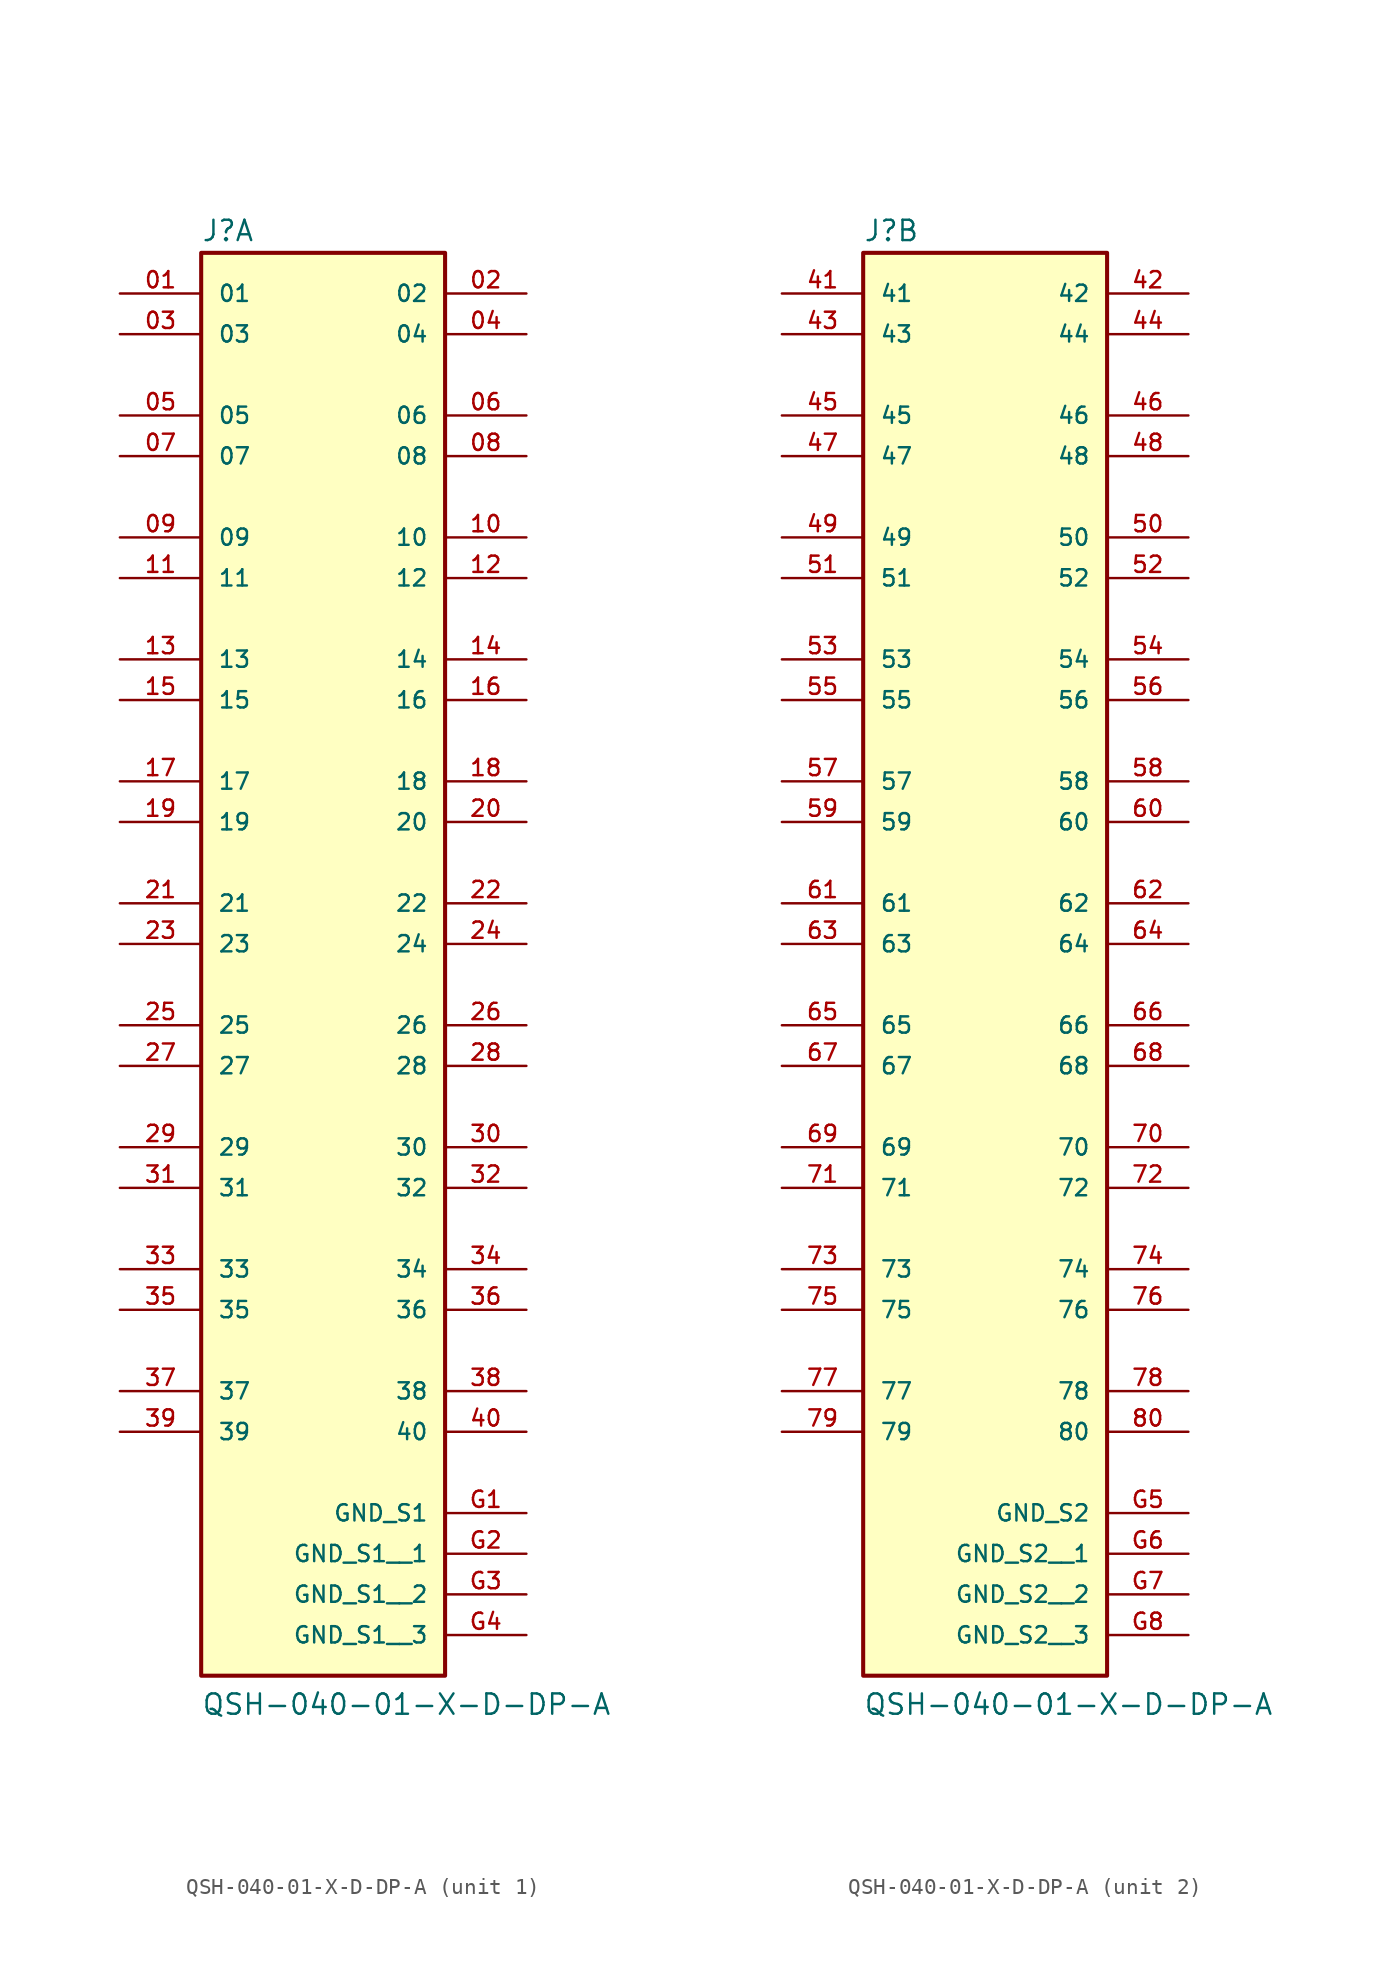
<source format=kicad_sym>
(kicad_symbol_lib
  (version 20211014)
  (generator kicad_symbol_editor)
  (symbol "QSH-040-01-X-D-DP-A"
    (pin_names
      (offset 1.016))
    (property "Reference" "J"
      (at -7.62 41.275 0)
      (effects (font (size 1.27 1.27)) (justify bottom left)))
    (property "Value" "QSH-040-01-X-D-DP-A"
      (at -7.62 -50.8 0)
      (effects (font (size 1.27 1.27)) (justify bottom left)))
    (symbol "QSH-040-01-X-D-DP-A_1_0"
      (rectangle (start -7.62 -48.26) (end 7.62 40.64) (stroke (width 0.254)) (fill (type background)))
      (pin passive line (at -12.7 38.1 0) (length 5.08) (name "01" (effects (font (size 1.016 1.016)))) (number "01" (effects (font (size 1.016 1.016)))))
      (pin passive line (at 12.7 38.1 180.0) (length 5.08) (name "02" (effects (font (size 1.016 1.016)))) (number "02" (effects (font (size 1.016 1.016)))))
      (pin passive line (at -12.7 35.56 0) (length 5.08) (name "03" (effects (font (size 1.016 1.016)))) (number "03" (effects (font (size 1.016 1.016)))))
      (pin passive line (at 12.7 35.56 180.0) (length 5.08) (name "04" (effects (font (size 1.016 1.016)))) (number "04" (effects (font (size 1.016 1.016)))))
      (pin passive line (at -12.7 30.48 0) (length 5.08) (name "05" (effects (font (size 1.016 1.016)))) (number "05" (effects (font (size 1.016 1.016)))))
      (pin passive line (at 12.7 30.48 180.0) (length 5.08) (name "06" (effects (font (size 1.016 1.016)))) (number "06" (effects (font (size 1.016 1.016)))))
      (pin passive line (at -12.7 27.94 0) (length 5.08) (name "07" (effects (font (size 1.016 1.016)))) (number "07" (effects (font (size 1.016 1.016)))))
      (pin passive line (at 12.7 27.94 180.0) (length 5.08) (name "08" (effects (font (size 1.016 1.016)))) (number "08" (effects (font (size 1.016 1.016)))))
      (pin passive line (at -12.7 22.86 0) (length 5.08) (name "09" (effects (font (size 1.016 1.016)))) (number "09" (effects (font (size 1.016 1.016)))))
      (pin passive line (at 12.7 22.86 180.0) (length 5.08) (name "10" (effects (font (size 1.016 1.016)))) (number "10" (effects (font (size 1.016 1.016)))))
      (pin passive line (at -12.7 20.32 0) (length 5.08) (name "11" (effects (font (size 1.016 1.016)))) (number "11" (effects (font (size 1.016 1.016)))))
      (pin passive line (at 12.7 20.32 180.0) (length 5.08) (name "12" (effects (font (size 1.016 1.016)))) (number "12" (effects (font (size 1.016 1.016)))))
      (pin passive line (at -12.7 15.24 0) (length 5.08) (name "13" (effects (font (size 1.016 1.016)))) (number "13" (effects (font (size 1.016 1.016)))))
      (pin passive line (at 12.7 15.24 180.0) (length 5.08) (name "14" (effects (font (size 1.016 1.016)))) (number "14" (effects (font (size 1.016 1.016)))))
      (pin passive line (at -12.7 12.7 0) (length 5.08) (name "15" (effects (font (size 1.016 1.016)))) (number "15" (effects (font (size 1.016 1.016)))))
      (pin passive line (at 12.7 12.7 180.0) (length 5.08) (name "16" (effects (font (size 1.016 1.016)))) (number "16" (effects (font (size 1.016 1.016)))))
      (pin passive line (at -12.7 7.62 0) (length 5.08) (name "17" (effects (font (size 1.016 1.016)))) (number "17" (effects (font (size 1.016 1.016)))))
      (pin passive line (at 12.7 7.62 180.0) (length 5.08) (name "18" (effects (font (size 1.016 1.016)))) (number "18" (effects (font (size 1.016 1.016)))))
      (pin passive line (at -12.7 5.08 0) (length 5.08) (name "19" (effects (font (size 1.016 1.016)))) (number "19" (effects (font (size 1.016 1.016)))))
      (pin passive line (at 12.7 5.08 180.0) (length 5.08) (name "20" (effects (font (size 1.016 1.016)))) (number "20" (effects (font (size 1.016 1.016)))))
      (pin passive line (at -12.7 0.0 0) (length 5.08) (name "21" (effects (font (size 1.016 1.016)))) (number "21" (effects (font (size 1.016 1.016)))))
      (pin passive line (at 12.7 0.0 180.0) (length 5.08) (name "22" (effects (font (size 1.016 1.016)))) (number "22" (effects (font (size 1.016 1.016)))))
      (pin passive line (at -12.7 -2.54 0) (length 5.08) (name "23" (effects (font (size 1.016 1.016)))) (number "23" (effects (font (size 1.016 1.016)))))
      (pin passive line (at 12.7 -2.54 180.0) (length 5.08) (name "24" (effects (font (size 1.016 1.016)))) (number "24" (effects (font (size 1.016 1.016)))))
      (pin passive line (at -12.7 -7.62 0) (length 5.08) (name "25" (effects (font (size 1.016 1.016)))) (number "25" (effects (font (size 1.016 1.016)))))
      (pin passive line (at 12.7 -7.62 180.0) (length 5.08) (name "26" (effects (font (size 1.016 1.016)))) (number "26" (effects (font (size 1.016 1.016)))))
      (pin passive line (at -12.7 -10.16 0) (length 5.08) (name "27" (effects (font (size 1.016 1.016)))) (number "27" (effects (font (size 1.016 1.016)))))
      (pin passive line (at 12.7 -10.16 180.0) (length 5.08) (name "28" (effects (font (size 1.016 1.016)))) (number "28" (effects (font (size 1.016 1.016)))))
      (pin passive line (at -12.7 -15.24 0) (length 5.08) (name "29" (effects (font (size 1.016 1.016)))) (number "29" (effects (font (size 1.016 1.016)))))
      (pin passive line (at 12.7 -15.24 180.0) (length 5.08) (name "30" (effects (font (size 1.016 1.016)))) (number "30" (effects (font (size 1.016 1.016)))))
      (pin passive line (at -12.7 -17.78 0) (length 5.08) (name "31" (effects (font (size 1.016 1.016)))) (number "31" (effects (font (size 1.016 1.016)))))
      (pin passive line (at 12.7 -17.78 180.0) (length 5.08) (name "32" (effects (font (size 1.016 1.016)))) (number "32" (effects (font (size 1.016 1.016)))))
      (pin passive line (at -12.7 -22.86 0) (length 5.08) (name "33" (effects (font (size 1.016 1.016)))) (number "33" (effects (font (size 1.016 1.016)))))
      (pin passive line (at 12.7 -22.86 180.0) (length 5.08) (name "34" (effects (font (size 1.016 1.016)))) (number "34" (effects (font (size 1.016 1.016)))))
      (pin passive line (at -12.7 -25.4 0) (length 5.08) (name "35" (effects (font (size 1.016 1.016)))) (number "35" (effects (font (size 1.016 1.016)))))
      (pin passive line (at 12.7 -25.4 180.0) (length 5.08) (name "36" (effects (font (size 1.016 1.016)))) (number "36" (effects (font (size 1.016 1.016)))))
      (pin passive line (at -12.7 -30.48 0) (length 5.08) (name "37" (effects (font (size 1.016 1.016)))) (number "37" (effects (font (size 1.016 1.016)))))
      (pin passive line (at 12.7 -30.48 180.0) (length 5.08) (name "38" (effects (font (size 1.016 1.016)))) (number "38" (effects (font (size 1.016 1.016)))))
      (pin passive line (at -12.7 -33.02 0) (length 5.08) (name "39" (effects (font (size 1.016 1.016)))) (number "39" (effects (font (size 1.016 1.016)))))
      (pin passive line (at 12.7 -33.02 180.0) (length 5.08) (name "40" (effects (font (size 1.016 1.016)))) (number "40" (effects (font (size 1.016 1.016)))))
      (pin power_in line (at 12.7 -38.1 180.0) (length 5.08) (name "GND_S1" (effects (font (size 1.016 1.016)))) (number "G1" (effects (font (size 1.016 1.016)))))
      (pin power_in line (at 12.7 -40.64 180.0) (length 5.08) (name "GND_S1__1" (effects (font (size 1.016 1.016)))) (number "G2" (effects (font (size 1.016 1.016)))))
      (pin power_in line (at 12.7 -43.18 180.0) (length 5.08) (name "GND_S1__2" (effects (font (size 1.016 1.016)))) (number "G3" (effects (font (size 1.016 1.016)))))
      (pin power_in line (at 12.7 -45.72 180.0) (length 5.08) (name "GND_S1__3" (effects (font (size 1.016 1.016)))) (number "G4" (effects (font (size 1.016 1.016))))))
    (symbol "QSH-040-01-X-D-DP-A_2_0"
      (rectangle (start -7.62 -48.26) (end 7.62 40.64) (stroke (width 0.254)) (fill (type background)))
      (pin passive line (at -12.7 38.1 0) (length 5.08) (name "41" (effects (font (size 1.016 1.016)))) (number "41" (effects (font (size 1.016 1.016)))))
      (pin passive line (at 12.7 38.1 180.0) (length 5.08) (name "42" (effects (font (size 1.016 1.016)))) (number "42" (effects (font (size 1.016 1.016)))))
      (pin passive line (at -12.7 35.56 0) (length 5.08) (name "43" (effects (font (size 1.016 1.016)))) (number "43" (effects (font (size 1.016 1.016)))))
      (pin passive line (at 12.7 35.56 180.0) (length 5.08) (name "44" (effects (font (size 1.016 1.016)))) (number "44" (effects (font (size 1.016 1.016)))))
      (pin passive line (at -12.7 30.48 0) (length 5.08) (name "45" (effects (font (size 1.016 1.016)))) (number "45" (effects (font (size 1.016 1.016)))))
      (pin passive line (at 12.7 30.48 180.0) (length 5.08) (name "46" (effects (font (size 1.016 1.016)))) (number "46" (effects (font (size 1.016 1.016)))))
      (pin passive line (at -12.7 27.94 0) (length 5.08) (name "47" (effects (font (size 1.016 1.016)))) (number "47" (effects (font (size 1.016 1.016)))))
      (pin passive line (at 12.7 27.94 180.0) (length 5.08) (name "48" (effects (font (size 1.016 1.016)))) (number "48" (effects (font (size 1.016 1.016)))))
      (pin passive line (at -12.7 22.86 0) (length 5.08) (name "49" (effects (font (size 1.016 1.016)))) (number "49" (effects (font (size 1.016 1.016)))))
      (pin passive line (at 12.7 22.86 180.0) (length 5.08) (name "50" (effects (font (size 1.016 1.016)))) (number "50" (effects (font (size 1.016 1.016)))))
      (pin passive line (at -12.7 20.32 0) (length 5.08) (name "51" (effects (font (size 1.016 1.016)))) (number "51" (effects (font (size 1.016 1.016)))))
      (pin passive line (at 12.7 20.32 180.0) (length 5.08) (name "52" (effects (font (size 1.016 1.016)))) (number "52" (effects (font (size 1.016 1.016)))))
      (pin passive line (at -12.7 15.24 0) (length 5.08) (name "53" (effects (font (size 1.016 1.016)))) (number "53" (effects (font (size 1.016 1.016)))))
      (pin passive line (at 12.7 15.24 180.0) (length 5.08) (name "54" (effects (font (size 1.016 1.016)))) (number "54" (effects (font (size 1.016 1.016)))))
      (pin passive line (at -12.7 12.7 0) (length 5.08) (name "55" (effects (font (size 1.016 1.016)))) (number "55" (effects (font (size 1.016 1.016)))))
      (pin passive line (at 12.7 12.7 180.0) (length 5.08) (name "56" (effects (font (size 1.016 1.016)))) (number "56" (effects (font (size 1.016 1.016)))))
      (pin passive line (at -12.7 7.62 0) (length 5.08) (name "57" (effects (font (size 1.016 1.016)))) (number "57" (effects (font (size 1.016 1.016)))))
      (pin passive line (at 12.7 7.62 180.0) (length 5.08) (name "58" (effects (font (size 1.016 1.016)))) (number "58" (effects (font (size 1.016 1.016)))))
      (pin passive line (at -12.7 5.08 0) (length 5.08) (name "59" (effects (font (size 1.016 1.016)))) (number "59" (effects (font (size 1.016 1.016)))))
      (pin passive line (at 12.7 5.08 180.0) (length 5.08) (name "60" (effects (font (size 1.016 1.016)))) (number "60" (effects (font (size 1.016 1.016)))))
      (pin passive line (at -12.7 0.0 0) (length 5.08) (name "61" (effects (font (size 1.016 1.016)))) (number "61" (effects (font (size 1.016 1.016)))))
      (pin passive line (at 12.7 0.0 180.0) (length 5.08) (name "62" (effects (font (size 1.016 1.016)))) (number "62" (effects (font (size 1.016 1.016)))))
      (pin passive line (at -12.7 -2.54 0) (length 5.08) (name "63" (effects (font (size 1.016 1.016)))) (number "63" (effects (font (size 1.016 1.016)))))
      (pin passive line (at 12.7 -2.54 180.0) (length 5.08) (name "64" (effects (font (size 1.016 1.016)))) (number "64" (effects (font (size 1.016 1.016)))))
      (pin passive line (at -12.7 -7.62 0) (length 5.08) (name "65" (effects (font (size 1.016 1.016)))) (number "65" (effects (font (size 1.016 1.016)))))
      (pin passive line (at 12.7 -7.62 180.0) (length 5.08) (name "66" (effects (font (size 1.016 1.016)))) (number "66" (effects (font (size 1.016 1.016)))))
      (pin passive line (at -12.7 -10.16 0) (length 5.08) (name "67" (effects (font (size 1.016 1.016)))) (number "67" (effects (font (size 1.016 1.016)))))
      (pin passive line (at 12.7 -10.16 180.0) (length 5.08) (name "68" (effects (font (size 1.016 1.016)))) (number "68" (effects (font (size 1.016 1.016)))))
      (pin passive line (at -12.7 -15.24 0) (length 5.08) (name "69" (effects (font (size 1.016 1.016)))) (number "69" (effects (font (size 1.016 1.016)))))
      (pin passive line (at 12.7 -15.24 180.0) (length 5.08) (name "70" (effects (font (size 1.016 1.016)))) (number "70" (effects (font (size 1.016 1.016)))))
      (pin passive line (at -12.7 -17.78 0) (length 5.08) (name "71" (effects (font (size 1.016 1.016)))) (number "71" (effects (font (size 1.016 1.016)))))
      (pin passive line (at 12.7 -17.78 180.0) (length 5.08) (name "72" (effects (font (size 1.016 1.016)))) (number "72" (effects (font (size 1.016 1.016)))))
      (pin passive line (at -12.7 -22.86 0) (length 5.08) (name "73" (effects (font (size 1.016 1.016)))) (number "73" (effects (font (size 1.016 1.016)))))
      (pin passive line (at 12.7 -22.86 180.0) (length 5.08) (name "74" (effects (font (size 1.016 1.016)))) (number "74" (effects (font (size 1.016 1.016)))))
      (pin passive line (at -12.7 -25.4 0) (length 5.08) (name "75" (effects (font (size 1.016 1.016)))) (number "75" (effects (font (size 1.016 1.016)))))
      (pin passive line (at 12.7 -25.4 180.0) (length 5.08) (name "76" (effects (font (size 1.016 1.016)))) (number "76" (effects (font (size 1.016 1.016)))))
      (pin passive line (at -12.7 -30.48 0) (length 5.08) (name "77" (effects (font (size 1.016 1.016)))) (number "77" (effects (font (size 1.016 1.016)))))
      (pin passive line (at 12.7 -30.48 180.0) (length 5.08) (name "78" (effects (font (size 1.016 1.016)))) (number "78" (effects (font (size 1.016 1.016)))))
      (pin passive line (at -12.7 -33.02 0) (length 5.08) (name "79" (effects (font (size 1.016 1.016)))) (number "79" (effects (font (size 1.016 1.016)))))
      (pin passive line (at 12.7 -33.02 180.0) (length 5.08) (name "80" (effects (font (size 1.016 1.016)))) (number "80" (effects (font (size 1.016 1.016)))))
      (pin power_in line (at 12.7 -38.1 180.0) (length 5.08) (name "GND_S2" (effects (font (size 1.016 1.016)))) (number "G5" (effects (font (size 1.016 1.016)))))
      (pin power_in line (at 12.7 -40.64 180.0) (length 5.08) (name "GND_S2__1" (effects (font (size 1.016 1.016)))) (number "G6" (effects (font (size 1.016 1.016)))))
      (pin power_in line (at 12.7 -43.18 180.0) (length 5.08) (name "GND_S2__2" (effects (font (size 1.016 1.016)))) (number "G7" (effects (font (size 1.016 1.016)))))
      (pin power_in line (at 12.7 -45.72 180.0) (length 5.08) (name "GND_S2__3" (effects (font (size 1.016 1.016)))) (number "G8" (effects (font (size 1.016 1.016))))))))
</source>
